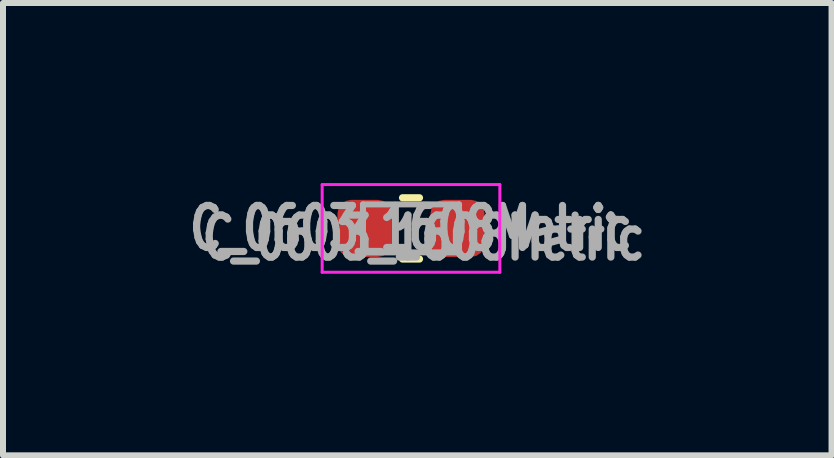
<source format=kicad_pcb>
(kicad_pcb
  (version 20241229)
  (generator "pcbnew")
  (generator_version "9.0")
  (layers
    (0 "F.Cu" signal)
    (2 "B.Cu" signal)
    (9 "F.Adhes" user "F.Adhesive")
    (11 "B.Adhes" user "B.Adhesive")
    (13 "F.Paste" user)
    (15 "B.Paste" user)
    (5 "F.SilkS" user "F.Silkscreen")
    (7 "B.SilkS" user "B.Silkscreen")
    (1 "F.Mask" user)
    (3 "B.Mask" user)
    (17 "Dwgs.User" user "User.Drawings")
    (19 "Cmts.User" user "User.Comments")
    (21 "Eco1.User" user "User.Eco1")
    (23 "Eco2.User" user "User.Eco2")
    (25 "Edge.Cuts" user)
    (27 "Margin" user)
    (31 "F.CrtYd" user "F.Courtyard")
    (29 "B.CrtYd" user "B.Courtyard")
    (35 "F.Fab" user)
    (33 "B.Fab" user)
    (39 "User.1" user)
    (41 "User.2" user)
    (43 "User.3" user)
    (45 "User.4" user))
  (footprint "C_0603_1608Metric"
    (layer "F.Cu")
    (at 3.797 0.755)
    (property "Reference" "C_0603_1608Metric" (at 0.21 0.16 180) (layer "F.Fab") (effects (font (size 0.7 0.5) (thickness 0.12))))
    (attr smd)
    (fp_line (start -0.141 -0.51) (end 0.141 -0.51) (stroke (width 0.12) (type solid)) (layer "F.SilkS"))
    (fp_line (start -0.141 0.51) (end 0.141 0.51) (stroke (width 0.12) (type solid)) (layer "F.SilkS"))
    (fp_line (start -1.48 -0.73) (end 1.48 -0.73) (stroke (width 0.05) (type solid)) (layer "F.CrtYd"))
    (fp_line (start -1.48 0.73) (end -1.48 -0.73) (stroke (width 0.05) (type solid)) (layer "F.CrtYd"))
    (fp_line (start 1.48 -0.73) (end 1.48 0.73) (stroke (width 0.05) (type solid)) (layer "F.CrtYd"))
    (fp_line (start 1.48 0.73) (end -1.48 0.73) (stroke (width 0.05) (type solid)) (layer "F.CrtYd"))
    (fp_line (start -0.8 -0.4) (end 0.8 -0.4) (stroke (width 0.1) (type solid)) (layer "F.Fab"))
    (fp_line (start -0.8 0.4) (end -0.8 -0.4) (stroke (width 0.1) (type solid)) (layer "F.Fab"))
    (fp_line (start 0.8 -0.4) (end 0.8 0.4) (stroke (width 0.1) (type solid)) (layer "F.Fab"))
    (fp_line (start 0.8 0.4) (end -0.8 0.4) (stroke (width 0.1) (type solid)) (layer "F.Fab"))
    (fp_text user "${REFERENCE}" (at 0 0 180) (layer "F.Fab") (effects (font (size 0.7 0.5) (thickness 0.12))))
    (pad "1" smd roundrect (at -0.775 0) (size 0.9 0.95) (layers "F.Cu" "F.Mask" "F.Paste") (roundrect_rratio 0.25))
    (pad "2" smd roundrect (at 0.775 0) (size 0.9 0.95) (layers "F.Cu" "F.Mask" "F.Paste") (roundrect_rratio 0.25)))
  (gr_rect
    (start -3 -3)
    (end 10.803 4.535)
    (stroke (width 0.1) (type default))
    (fill no)
    (layer "Edge.Cuts")))
</source>
